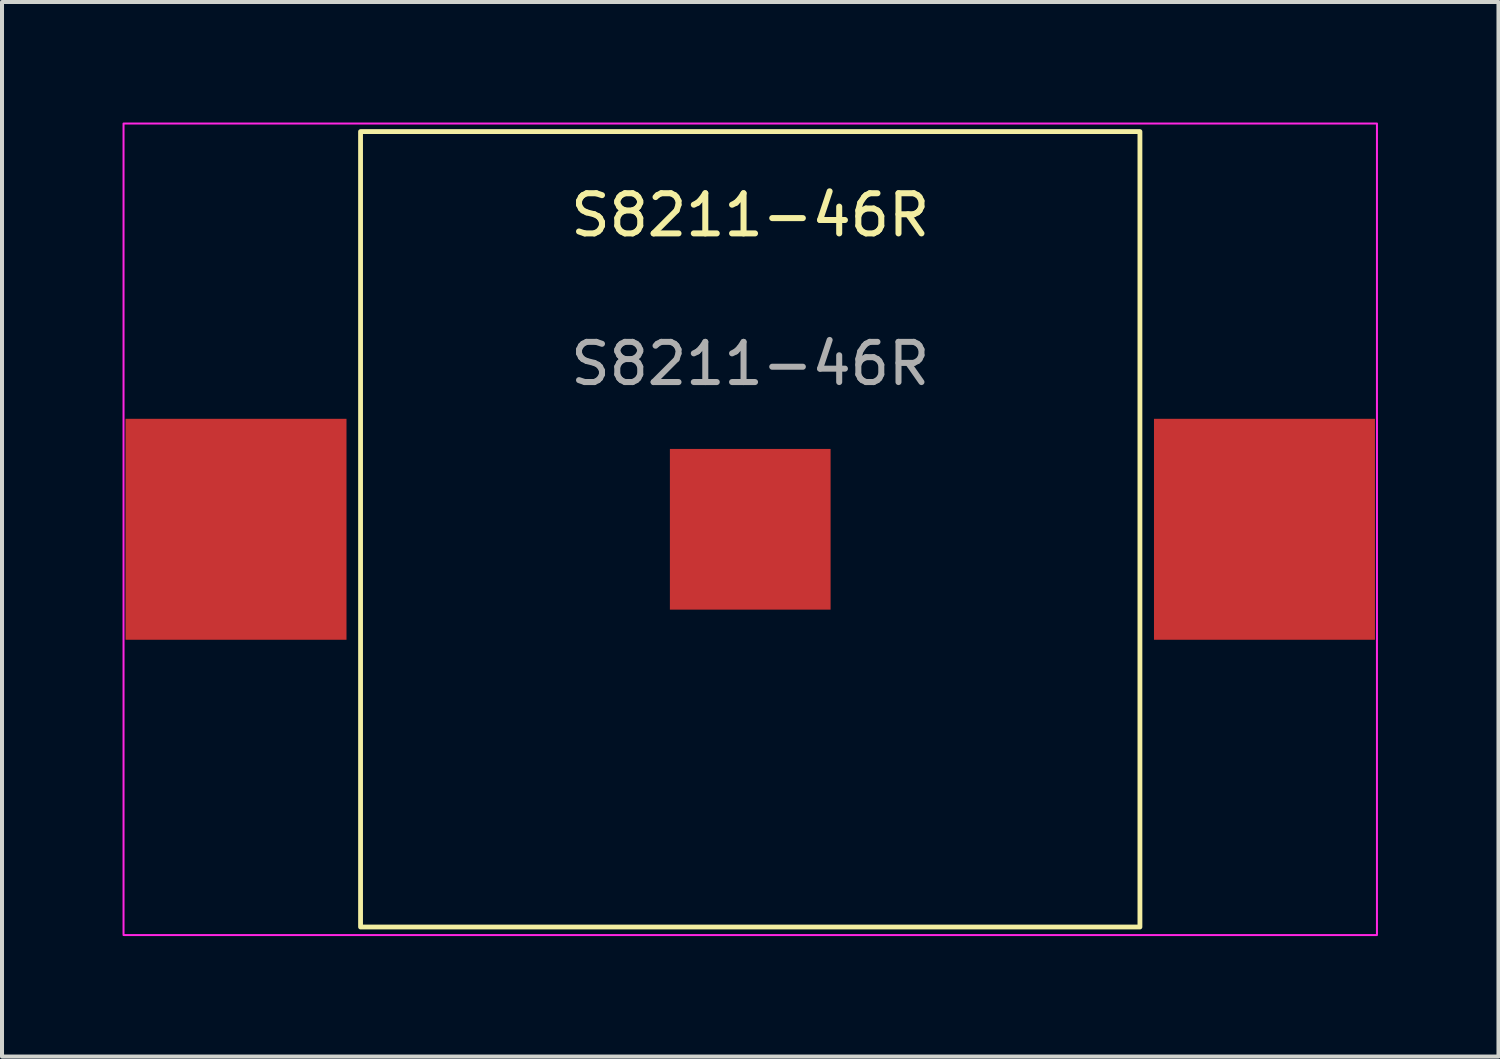
<source format=kicad_pcb>
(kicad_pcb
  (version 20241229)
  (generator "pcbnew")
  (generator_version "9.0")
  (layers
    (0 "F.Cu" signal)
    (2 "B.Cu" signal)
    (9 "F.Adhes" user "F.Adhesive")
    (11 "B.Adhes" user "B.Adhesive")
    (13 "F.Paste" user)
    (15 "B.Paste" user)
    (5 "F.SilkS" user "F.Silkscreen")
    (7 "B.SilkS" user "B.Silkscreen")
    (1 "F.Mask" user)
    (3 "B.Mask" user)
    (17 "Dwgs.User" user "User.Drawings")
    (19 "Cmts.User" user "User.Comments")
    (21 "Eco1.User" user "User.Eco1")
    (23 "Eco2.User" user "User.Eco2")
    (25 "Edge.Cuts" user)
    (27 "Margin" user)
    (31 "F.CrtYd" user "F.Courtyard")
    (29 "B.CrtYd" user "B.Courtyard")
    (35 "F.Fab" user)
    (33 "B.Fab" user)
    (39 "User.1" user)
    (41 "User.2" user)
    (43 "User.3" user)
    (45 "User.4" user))
  (footprint "S8211-46R"
    (layer "F.Cu")
    (at 15.625 10.125)
    (property "Reference" "S8211-46R" (at 0 -7.82 0) (unlocked yes) (layer "F.SilkS") (effects (font (size 1 1) (thickness 0.15))))
    (attr smd)
    (fp_rect (start -9.7 -9.9) (end 9.7 9.9) (stroke (width 0.12) (type solid)) (fill no) (layer "F.SilkS"))
    (fp_rect (start -15.6 -10.1) (end 15.6 10.1) (stroke (width 0.05) (type solid)) (fill no) (layer "F.CrtYd"))
    (fp_text user "${REFERENCE}" (at 0 -4.12 0) (unlocked yes) (layer "F.Fab") (effects (font (size 1 1) (thickness 0.15))))
    (pad "1" smd rect (at -12.8 0) (size 5.5 5.5) (layers "F.Cu" "F.Mask" "F.Paste"))
    (pad "1" smd rect (at 12.8 0) (size 5.5 5.5) (layers "F.Cu" "F.Mask" "F.Paste"))
    (pad "2" smd rect (at 0 0) (size 4 4) (layers "F.Cu" "F.Mask" "F.Paste")))
  (gr_rect
    (start -3 -3)
    (end 34.25 23.25)
    (stroke (width 0.1) (type default))
    (fill no)
    (layer "Edge.Cuts")))
</source>
